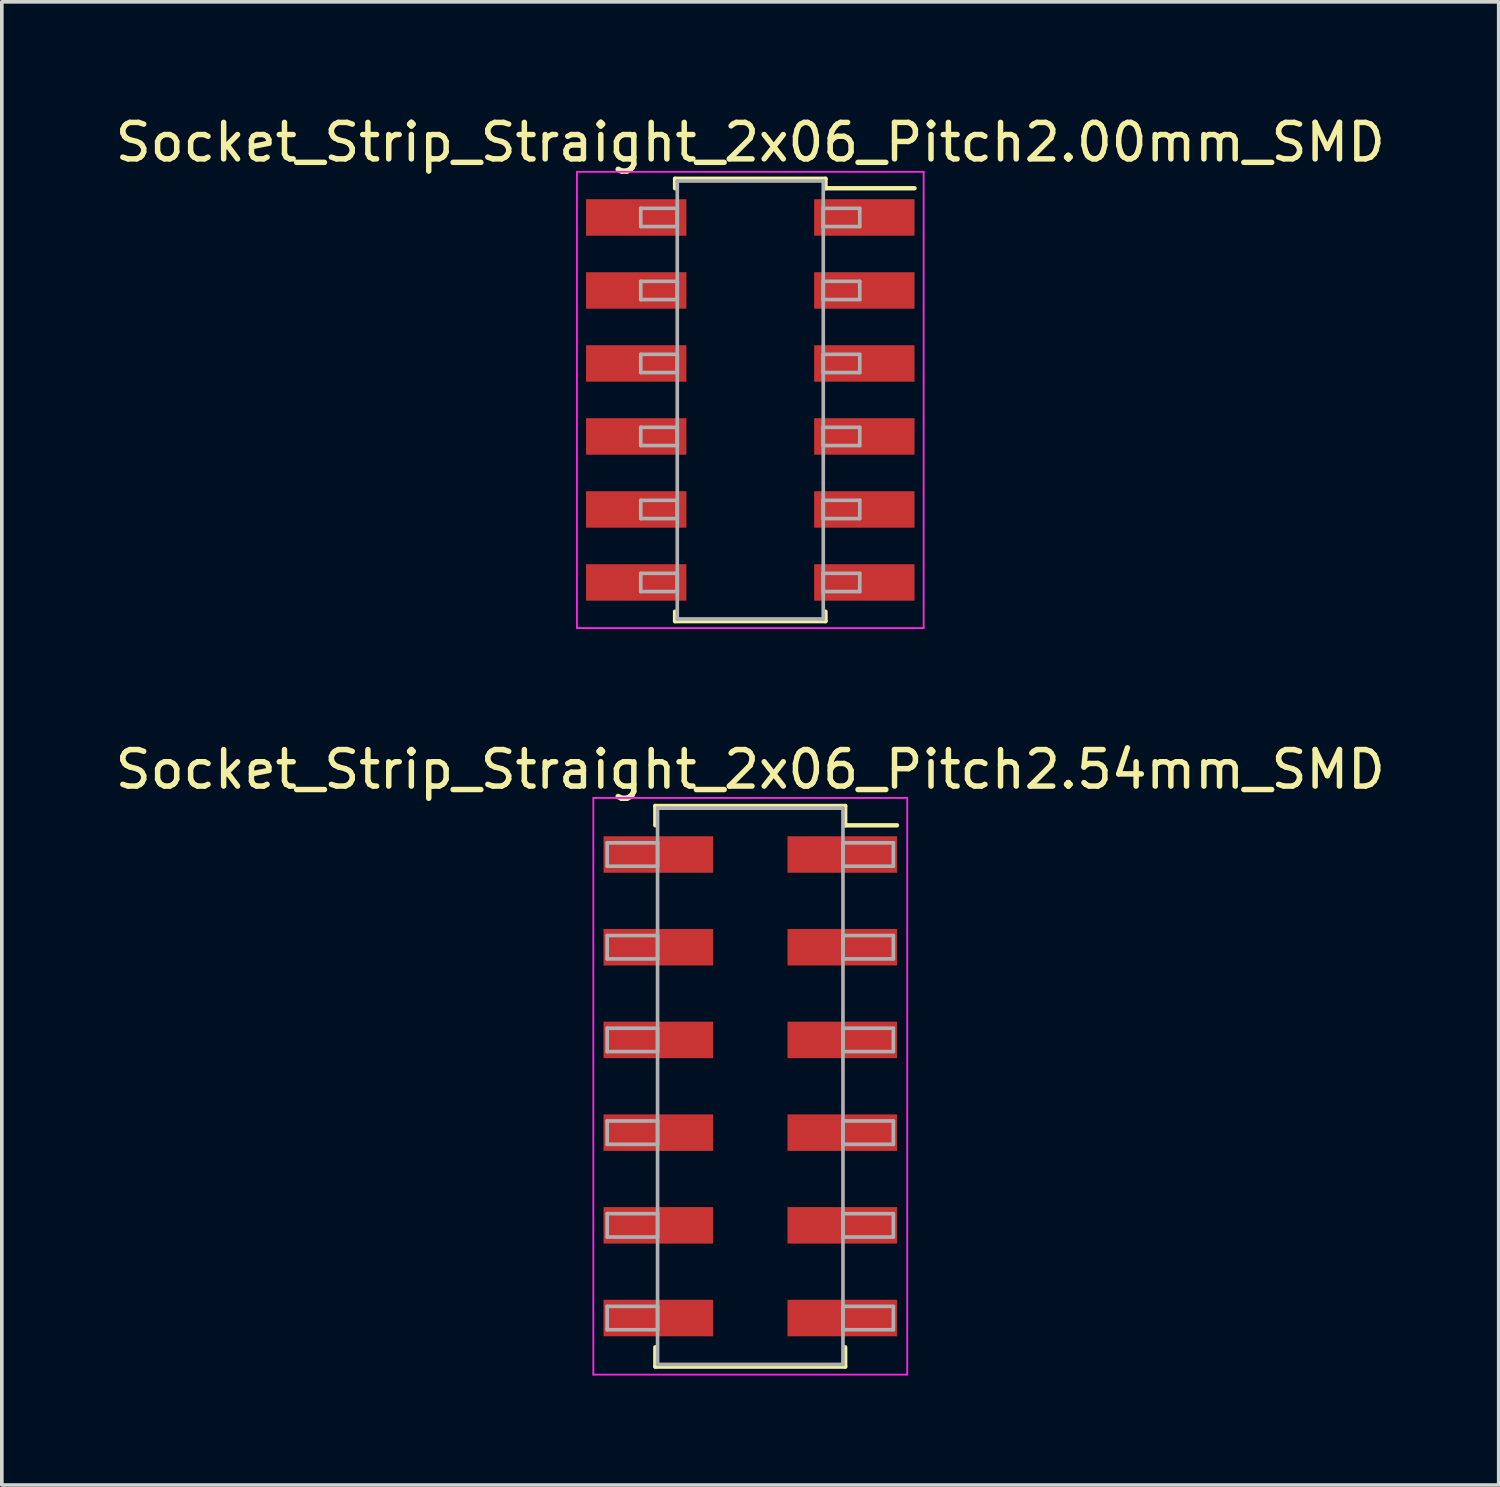
<source format=kicad_pcb>
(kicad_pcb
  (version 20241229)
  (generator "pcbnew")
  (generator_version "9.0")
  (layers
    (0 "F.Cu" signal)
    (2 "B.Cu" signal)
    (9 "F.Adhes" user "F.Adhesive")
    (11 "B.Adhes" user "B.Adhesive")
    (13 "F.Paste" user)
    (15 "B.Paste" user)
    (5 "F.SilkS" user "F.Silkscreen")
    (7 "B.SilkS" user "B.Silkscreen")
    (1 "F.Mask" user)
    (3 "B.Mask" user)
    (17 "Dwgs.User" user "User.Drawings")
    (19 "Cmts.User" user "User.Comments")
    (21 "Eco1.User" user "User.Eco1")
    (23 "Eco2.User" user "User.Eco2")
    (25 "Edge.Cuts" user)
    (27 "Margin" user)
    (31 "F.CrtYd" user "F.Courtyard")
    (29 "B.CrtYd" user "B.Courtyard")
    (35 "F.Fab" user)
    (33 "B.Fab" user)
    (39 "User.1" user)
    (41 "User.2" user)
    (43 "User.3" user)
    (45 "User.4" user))
  (footprint "Socket_Strip_Straight_2x06_Pitch2.54mm_SMD"
    (layer "F.Cu")
    (at 17.506 26.712)
    (property "Reference" "Socket_Strip_Straight_2x06_Pitch2.54mm_SMD" (at 0 -8.68 0) (layer "F.SilkS") (effects (font (size 1 1) (thickness 0.15))))
    (attr smd)
    (fp_line (start -2.6 -7.68) (end 2.6 -7.68) (stroke (width 0.12) (type solid)) (layer "F.SilkS"))
    (fp_line (start -2.6 -7.15) (end -2.6 -7.68) (stroke (width 0.12) (type solid)) (layer "F.SilkS"))
    (fp_line (start -2.6 7.15) (end -2.6 7.68) (stroke (width 0.12) (type solid)) (layer "F.SilkS"))
    (fp_line (start -2.6 7.68) (end 2.6 7.68) (stroke (width 0.12) (type solid)) (layer "F.SilkS"))
    (fp_line (start 2.6 -7.68) (end 2.6 -7.15) (stroke (width 0.12) (type solid)) (layer "F.SilkS"))
    (fp_line (start 2.6 7.68) (end 2.6 7.15) (stroke (width 0.12) (type solid)) (layer "F.SilkS"))
    (fp_line (start 4.02 -7.15) (end 2.6 -7.15) (stroke (width 0.12) (type solid)) (layer "F.SilkS"))
    (fp_line (start -4.3 -7.9) (end -4.3 7.9) (stroke (width 0.05) (type solid)) (layer "F.CrtYd"))
    (fp_line (start -4.3 7.9) (end 4.3 7.9) (stroke (width 0.05) (type solid)) (layer "F.CrtYd"))
    (fp_line (start 4.3 -7.9) (end -4.3 -7.9) (stroke (width 0.05) (type solid)) (layer "F.CrtYd"))
    (fp_line (start 4.3 7.9) (end 4.3 -7.9) (stroke (width 0.05) (type solid)) (layer "F.CrtYd"))
    (fp_line (start -3.92 -6.67) (end -2.54 -6.67) (stroke (width 0.1) (type solid)) (layer "F.Fab"))
    (fp_line (start -3.92 -6.03) (end -3.92 -6.67) (stroke (width 0.1) (type solid)) (layer "F.Fab"))
    (fp_line (start -3.92 -4.13) (end -2.54 -4.13) (stroke (width 0.1) (type solid)) (layer "F.Fab"))
    (fp_line (start -3.92 -3.49) (end -3.92 -4.13) (stroke (width 0.1) (type solid)) (layer "F.Fab"))
    (fp_line (start -3.92 -1.59) (end -2.54 -1.59) (stroke (width 0.1) (type solid)) (layer "F.Fab"))
    (fp_line (start -3.92 -0.95) (end -3.92 -1.59) (stroke (width 0.1) (type solid)) (layer "F.Fab"))
    (fp_line (start -3.92 0.95) (end -2.54 0.95) (stroke (width 0.1) (type solid)) (layer "F.Fab"))
    (fp_line (start -3.92 1.59) (end -3.92 0.95) (stroke (width 0.1) (type solid)) (layer "F.Fab"))
    (fp_line (start -3.92 3.49) (end -2.54 3.49) (stroke (width 0.1) (type solid)) (layer "F.Fab"))
    (fp_line (start -3.92 4.13) (end -3.92 3.49) (stroke (width 0.1) (type solid)) (layer "F.Fab"))
    (fp_line (start -3.92 6.03) (end -2.54 6.03) (stroke (width 0.1) (type solid)) (layer "F.Fab"))
    (fp_line (start -3.92 6.67) (end -3.92 6.03) (stroke (width 0.1) (type solid)) (layer "F.Fab"))
    (fp_line (start -2.54 -7.62) (end -2.54 7.62) (stroke (width 0.1) (type solid)) (layer "F.Fab"))
    (fp_line (start -2.54 -6.67) (end -2.54 -6.03) (stroke (width 0.1) (type solid)) (layer "F.Fab"))
    (fp_line (start -2.54 -6.03) (end -3.92 -6.03) (stroke (width 0.1) (type solid)) (layer "F.Fab"))
    (fp_line (start -2.54 -4.13) (end -2.54 -3.49) (stroke (width 0.1) (type solid)) (layer "F.Fab"))
    (fp_line (start -2.54 -3.49) (end -3.92 -3.49) (stroke (width 0.1) (type solid)) (layer "F.Fab"))
    (fp_line (start -2.54 -1.59) (end -2.54 -0.95) (stroke (width 0.1) (type solid)) (layer "F.Fab"))
    (fp_line (start -2.54 -0.95) (end -3.92 -0.95) (stroke (width 0.1) (type solid)) (layer "F.Fab"))
    (fp_line (start -2.54 0.95) (end -2.54 1.59) (stroke (width 0.1) (type solid)) (layer "F.Fab"))
    (fp_line (start -2.54 1.59) (end -3.92 1.59) (stroke (width 0.1) (type solid)) (layer "F.Fab"))
    (fp_line (start -2.54 3.49) (end -2.54 4.13) (stroke (width 0.1) (type solid)) (layer "F.Fab"))
    (fp_line (start -2.54 4.13) (end -3.92 4.13) (stroke (width 0.1) (type solid)) (layer "F.Fab"))
    (fp_line (start -2.54 6.03) (end -2.54 6.67) (stroke (width 0.1) (type solid)) (layer "F.Fab"))
    (fp_line (start -2.54 6.67) (end -3.92 6.67) (stroke (width 0.1) (type solid)) (layer "F.Fab"))
    (fp_line (start -2.54 7.62) (end 2.54 7.62) (stroke (width 0.1) (type solid)) (layer "F.Fab"))
    (fp_line (start 2.54 -7.62) (end -2.54 -7.62) (stroke (width 0.1) (type solid)) (layer "F.Fab"))
    (fp_line (start 2.54 -6.67) (end 2.54 -6.03) (stroke (width 0.1) (type solid)) (layer "F.Fab"))
    (fp_line (start 2.54 -6.03) (end 3.92 -6.03) (stroke (width 0.1) (type solid)) (layer "F.Fab"))
    (fp_line (start 2.54 -4.13) (end 2.54 -3.49) (stroke (width 0.1) (type solid)) (layer "F.Fab"))
    (fp_line (start 2.54 -3.49) (end 3.92 -3.49) (stroke (width 0.1) (type solid)) (layer "F.Fab"))
    (fp_line (start 2.54 -1.59) (end 2.54 -0.95) (stroke (width 0.1) (type solid)) (layer "F.Fab"))
    (fp_line (start 2.54 -0.95) (end 3.92 -0.95) (stroke (width 0.1) (type solid)) (layer "F.Fab"))
    (fp_line (start 2.54 0.95) (end 2.54 1.59) (stroke (width 0.1) (type solid)) (layer "F.Fab"))
    (fp_line (start 2.54 1.59) (end 3.92 1.59) (stroke (width 0.1) (type solid)) (layer "F.Fab"))
    (fp_line (start 2.54 3.49) (end 2.54 4.13) (stroke (width 0.1) (type solid)) (layer "F.Fab"))
    (fp_line (start 2.54 4.13) (end 3.92 4.13) (stroke (width 0.1) (type solid)) (layer "F.Fab"))
    (fp_line (start 2.54 6.03) (end 2.54 6.67) (stroke (width 0.1) (type solid)) (layer "F.Fab"))
    (fp_line (start 2.54 6.67) (end 3.92 6.67) (stroke (width 0.1) (type solid)) (layer "F.Fab"))
    (fp_line (start 2.54 7.62) (end 2.54 -7.62) (stroke (width 0.1) (type solid)) (layer "F.Fab"))
    (fp_line (start 3.92 -6.67) (end 2.54 -6.67) (stroke (width 0.1) (type solid)) (layer "F.Fab"))
    (fp_line (start 3.92 -6.03) (end 3.92 -6.67) (stroke (width 0.1) (type solid)) (layer "F.Fab"))
    (fp_line (start 3.92 -4.13) (end 2.54 -4.13) (stroke (width 0.1) (type solid)) (layer "F.Fab"))
    (fp_line (start 3.92 -3.49) (end 3.92 -4.13) (stroke (width 0.1) (type solid)) (layer "F.Fab"))
    (fp_line (start 3.92 -1.59) (end 2.54 -1.59) (stroke (width 0.1) (type solid)) (layer "F.Fab"))
    (fp_line (start 3.92 -0.95) (end 3.92 -1.59) (stroke (width 0.1) (type solid)) (layer "F.Fab"))
    (fp_line (start 3.92 0.95) (end 2.54 0.95) (stroke (width 0.1) (type solid)) (layer "F.Fab"))
    (fp_line (start 3.92 1.59) (end 3.92 0.95) (stroke (width 0.1) (type solid)) (layer "F.Fab"))
    (fp_line (start 3.92 3.49) (end 2.54 3.49) (stroke (width 0.1) (type solid)) (layer "F.Fab"))
    (fp_line (start 3.92 4.13) (end 3.92 3.49) (stroke (width 0.1) (type solid)) (layer "F.Fab"))
    (fp_line (start 3.92 6.03) (end 2.54 6.03) (stroke (width 0.1) (type solid)) (layer "F.Fab"))
    (fp_line (start 3.92 6.67) (end 3.92 6.03) (stroke (width 0.1) (type solid)) (layer "F.Fab"))
    (pad "1" smd rect (at 2.52 -6.35) (size 3 1) (layers "F.Cu" "F.Mask"))
    (pad "2" smd rect (at -2.52 -6.35) (size 3 1) (layers "F.Cu" "F.Mask"))
    (pad "3" smd rect (at 2.52 -3.81) (size 3 1) (layers "F.Cu" "F.Mask"))
    (pad "4" smd rect (at -2.52 -3.81) (size 3 1) (layers "F.Cu" "F.Mask"))
    (pad "5" smd rect (at 2.52 -1.27) (size 3 1) (layers "F.Cu" "F.Mask"))
    (pad "6" smd rect (at -2.52 -1.27) (size 3 1) (layers "F.Cu" "F.Mask"))
    (pad "7" smd rect (at 2.52 1.27) (size 3 1) (layers "F.Cu" "F.Mask"))
    (pad "8" smd rect (at -2.52 1.27) (size 3 1) (layers "F.Cu" "F.Mask"))
    (pad "9" smd rect (at 2.52 3.81) (size 3 1) (layers "F.Cu" "F.Mask"))
    (pad "10" smd rect (at -2.52 3.81) (size 3 1) (layers "F.Cu" "F.Mask"))
    (pad "11" smd rect (at 2.52 6.35) (size 3 1) (layers "F.Cu" "F.Mask"))
    (pad "12" smd rect (at -2.52 6.35) (size 3 1) (layers "F.Cu" "F.Mask")))
  (footprint "Socket_Strip_Straight_2x06_Pitch2.00mm_SMD"
    (layer "F.Cu")
    (at 17.506 7.908)
    (property "Reference" "Socket_Strip_Straight_2x06_Pitch2.00mm_SMD" (at 0 -7.06 0) (layer "F.SilkS") (effects (font (size 1 1) (thickness 0.15))))
    (attr smd)
    (fp_line (start -2.06 -6.06) (end 2.06 -6.06) (stroke (width 0.12) (type solid)) (layer "F.SilkS"))
    (fp_line (start -2.06 -5.8) (end -2.06 -6.06) (stroke (width 0.12) (type solid)) (layer "F.SilkS"))
    (fp_line (start -2.06 5.8) (end -2.06 6.06) (stroke (width 0.12) (type solid)) (layer "F.SilkS"))
    (fp_line (start -2.06 6.06) (end 2.06 6.06) (stroke (width 0.12) (type solid)) (layer "F.SilkS"))
    (fp_line (start 2.06 -6.06) (end 2.06 -5.8) (stroke (width 0.12) (type solid)) (layer "F.SilkS"))
    (fp_line (start 2.06 6.06) (end 2.06 5.8) (stroke (width 0.12) (type solid)) (layer "F.SilkS"))
    (fp_line (start 4.5 -5.8) (end 2.06 -5.8) (stroke (width 0.12) (type solid)) (layer "F.SilkS"))
    (fp_line (start -4.75 -6.25) (end -4.75 6.25) (stroke (width 0.05) (type solid)) (layer "F.CrtYd"))
    (fp_line (start -4.75 6.25) (end 4.75 6.25) (stroke (width 0.05) (type solid)) (layer "F.CrtYd"))
    (fp_line (start 4.75 -6.25) (end -4.75 -6.25) (stroke (width 0.05) (type solid)) (layer "F.CrtYd"))
    (fp_line (start 4.75 6.25) (end 4.75 -6.25) (stroke (width 0.05) (type solid)) (layer "F.CrtYd"))
    (fp_line (start -3 -5.25) (end -2 -5.25) (stroke (width 0.1) (type solid)) (layer "F.Fab"))
    (fp_line (start -3 -4.75) (end -3 -5.25) (stroke (width 0.1) (type solid)) (layer "F.Fab"))
    (fp_line (start -3 -3.25) (end -2 -3.25) (stroke (width 0.1) (type solid)) (layer "F.Fab"))
    (fp_line (start -3 -2.75) (end -3 -3.25) (stroke (width 0.1) (type solid)) (layer "F.Fab"))
    (fp_line (start -3 -1.25) (end -2 -1.25) (stroke (width 0.1) (type solid)) (layer "F.Fab"))
    (fp_line (start -3 -0.75) (end -3 -1.25) (stroke (width 0.1) (type solid)) (layer "F.Fab"))
    (fp_line (start -3 0.75) (end -2 0.75) (stroke (width 0.1) (type solid)) (layer "F.Fab"))
    (fp_line (start -3 1.25) (end -3 0.75) (stroke (width 0.1) (type solid)) (layer "F.Fab"))
    (fp_line (start -3 2.75) (end -2 2.75) (stroke (width 0.1) (type solid)) (layer "F.Fab"))
    (fp_line (start -3 3.25) (end -3 2.75) (stroke (width 0.1) (type solid)) (layer "F.Fab"))
    (fp_line (start -3 4.75) (end -2 4.75) (stroke (width 0.1) (type solid)) (layer "F.Fab"))
    (fp_line (start -3 5.25) (end -3 4.75) (stroke (width 0.1) (type solid)) (layer "F.Fab"))
    (fp_line (start -2 -6) (end -2 6) (stroke (width 0.1) (type solid)) (layer "F.Fab"))
    (fp_line (start -2 -5.25) (end -2 -4.75) (stroke (width 0.1) (type solid)) (layer "F.Fab"))
    (fp_line (start -2 -4.75) (end -3 -4.75) (stroke (width 0.1) (type solid)) (layer "F.Fab"))
    (fp_line (start -2 -3.25) (end -2 -2.75) (stroke (width 0.1) (type solid)) (layer "F.Fab"))
    (fp_line (start -2 -2.75) (end -3 -2.75) (stroke (width 0.1) (type solid)) (layer "F.Fab"))
    (fp_line (start -2 -1.25) (end -2 -0.75) (stroke (width 0.1) (type solid)) (layer "F.Fab"))
    (fp_line (start -2 -0.75) (end -3 -0.75) (stroke (width 0.1) (type solid)) (layer "F.Fab"))
    (fp_line (start -2 0.75) (end -2 1.25) (stroke (width 0.1) (type solid)) (layer "F.Fab"))
    (fp_line (start -2 1.25) (end -3 1.25) (stroke (width 0.1) (type solid)) (layer "F.Fab"))
    (fp_line (start -2 2.75) (end -2 3.25) (stroke (width 0.1) (type solid)) (layer "F.Fab"))
    (fp_line (start -2 3.25) (end -3 3.25) (stroke (width 0.1) (type solid)) (layer "F.Fab"))
    (fp_line (start -2 4.75) (end -2 5.25) (stroke (width 0.1) (type solid)) (layer "F.Fab"))
    (fp_line (start -2 5.25) (end -3 5.25) (stroke (width 0.1) (type solid)) (layer "F.Fab"))
    (fp_line (start -2 6) (end 2 6) (stroke (width 0.1) (type solid)) (layer "F.Fab"))
    (fp_line (start 2 -6) (end -2 -6) (stroke (width 0.1) (type solid)) (layer "F.Fab"))
    (fp_line (start 2 -5.25) (end 2 -4.75) (stroke (width 0.1) (type solid)) (layer "F.Fab"))
    (fp_line (start 2 -4.75) (end 3 -4.75) (stroke (width 0.1) (type solid)) (layer "F.Fab"))
    (fp_line (start 2 -3.25) (end 2 -2.75) (stroke (width 0.1) (type solid)) (layer "F.Fab"))
    (fp_line (start 2 -2.75) (end 3 -2.75) (stroke (width 0.1) (type solid)) (layer "F.Fab"))
    (fp_line (start 2 -1.25) (end 2 -0.75) (stroke (width 0.1) (type solid)) (layer "F.Fab"))
    (fp_line (start 2 -0.75) (end 3 -0.75) (stroke (width 0.1) (type solid)) (layer "F.Fab"))
    (fp_line (start 2 0.75) (end 2 1.25) (stroke (width 0.1) (type solid)) (layer "F.Fab"))
    (fp_line (start 2 1.25) (end 3 1.25) (stroke (width 0.1) (type solid)) (layer "F.Fab"))
    (fp_line (start 2 2.75) (end 2 3.25) (stroke (width 0.1) (type solid)) (layer "F.Fab"))
    (fp_line (start 2 3.25) (end 3 3.25) (stroke (width 0.1) (type solid)) (layer "F.Fab"))
    (fp_line (start 2 4.75) (end 2 5.25) (stroke (width 0.1) (type solid)) (layer "F.Fab"))
    (fp_line (start 2 5.25) (end 3 5.25) (stroke (width 0.1) (type solid)) (layer "F.Fab"))
    (fp_line (start 2 6) (end 2 -6) (stroke (width 0.1) (type solid)) (layer "F.Fab"))
    (fp_line (start 3 -5.25) (end 2 -5.25) (stroke (width 0.1) (type solid)) (layer "F.Fab"))
    (fp_line (start 3 -4.75) (end 3 -5.25) (stroke (width 0.1) (type solid)) (layer "F.Fab"))
    (fp_line (start 3 -3.25) (end 2 -3.25) (stroke (width 0.1) (type solid)) (layer "F.Fab"))
    (fp_line (start 3 -2.75) (end 3 -3.25) (stroke (width 0.1) (type solid)) (layer "F.Fab"))
    (fp_line (start 3 -1.25) (end 2 -1.25) (stroke (width 0.1) (type solid)) (layer "F.Fab"))
    (fp_line (start 3 -0.75) (end 3 -1.25) (stroke (width 0.1) (type solid)) (layer "F.Fab"))
    (fp_line (start 3 0.75) (end 2 0.75) (stroke (width 0.1) (type solid)) (layer "F.Fab"))
    (fp_line (start 3 1.25) (end 3 0.75) (stroke (width 0.1) (type solid)) (layer "F.Fab"))
    (fp_line (start 3 2.75) (end 2 2.75) (stroke (width 0.1) (type solid)) (layer "F.Fab"))
    (fp_line (start 3 3.25) (end 3 2.75) (stroke (width 0.1) (type solid)) (layer "F.Fab"))
    (fp_line (start 3 4.75) (end 2 4.75) (stroke (width 0.1) (type solid)) (layer "F.Fab"))
    (fp_line (start 3 5.25) (end 3 4.75) (stroke (width 0.1) (type solid)) (layer "F.Fab"))
    (pad "1" smd rect (at 3.125 -5) (size 2.75 1) (layers "F.Cu" "F.Mask"))
    (pad "2" smd rect (at -3.125 -5) (size 2.75 1) (layers "F.Cu" "F.Mask"))
    (pad "3" smd rect (at 3.125 -3) (size 2.75 1) (layers "F.Cu" "F.Mask"))
    (pad "4" smd rect (at -3.125 -3) (size 2.75 1) (layers "F.Cu" "F.Mask"))
    (pad "5" smd rect (at 3.125 -1) (size 2.75 1) (layers "F.Cu" "F.Mask"))
    (pad "6" smd rect (at -3.125 -1) (size 2.75 1) (layers "F.Cu" "F.Mask"))
    (pad "7" smd rect (at 3.125 1) (size 2.75 1) (layers "F.Cu" "F.Mask"))
    (pad "8" smd rect (at -3.125 1) (size 2.75 1) (layers "F.Cu" "F.Mask"))
    (pad "9" smd rect (at 3.125 3) (size 2.75 1) (layers "F.Cu" "F.Mask"))
    (pad "10" smd rect (at -3.125 3) (size 2.75 1) (layers "F.Cu" "F.Mask"))
    (pad "11" smd rect (at 3.125 5) (size 2.75 1) (layers "F.Cu" "F.Mask"))
    (pad "12" smd rect (at -3.125 5) (size 2.75 1) (layers "F.Cu" "F.Mask")))
  (gr_rect
    (start -3 -3)
    (end 38.012 37.636)
    (stroke (width 0.1) (type default))
    (fill no)
    (layer "Edge.Cuts")))
</source>
